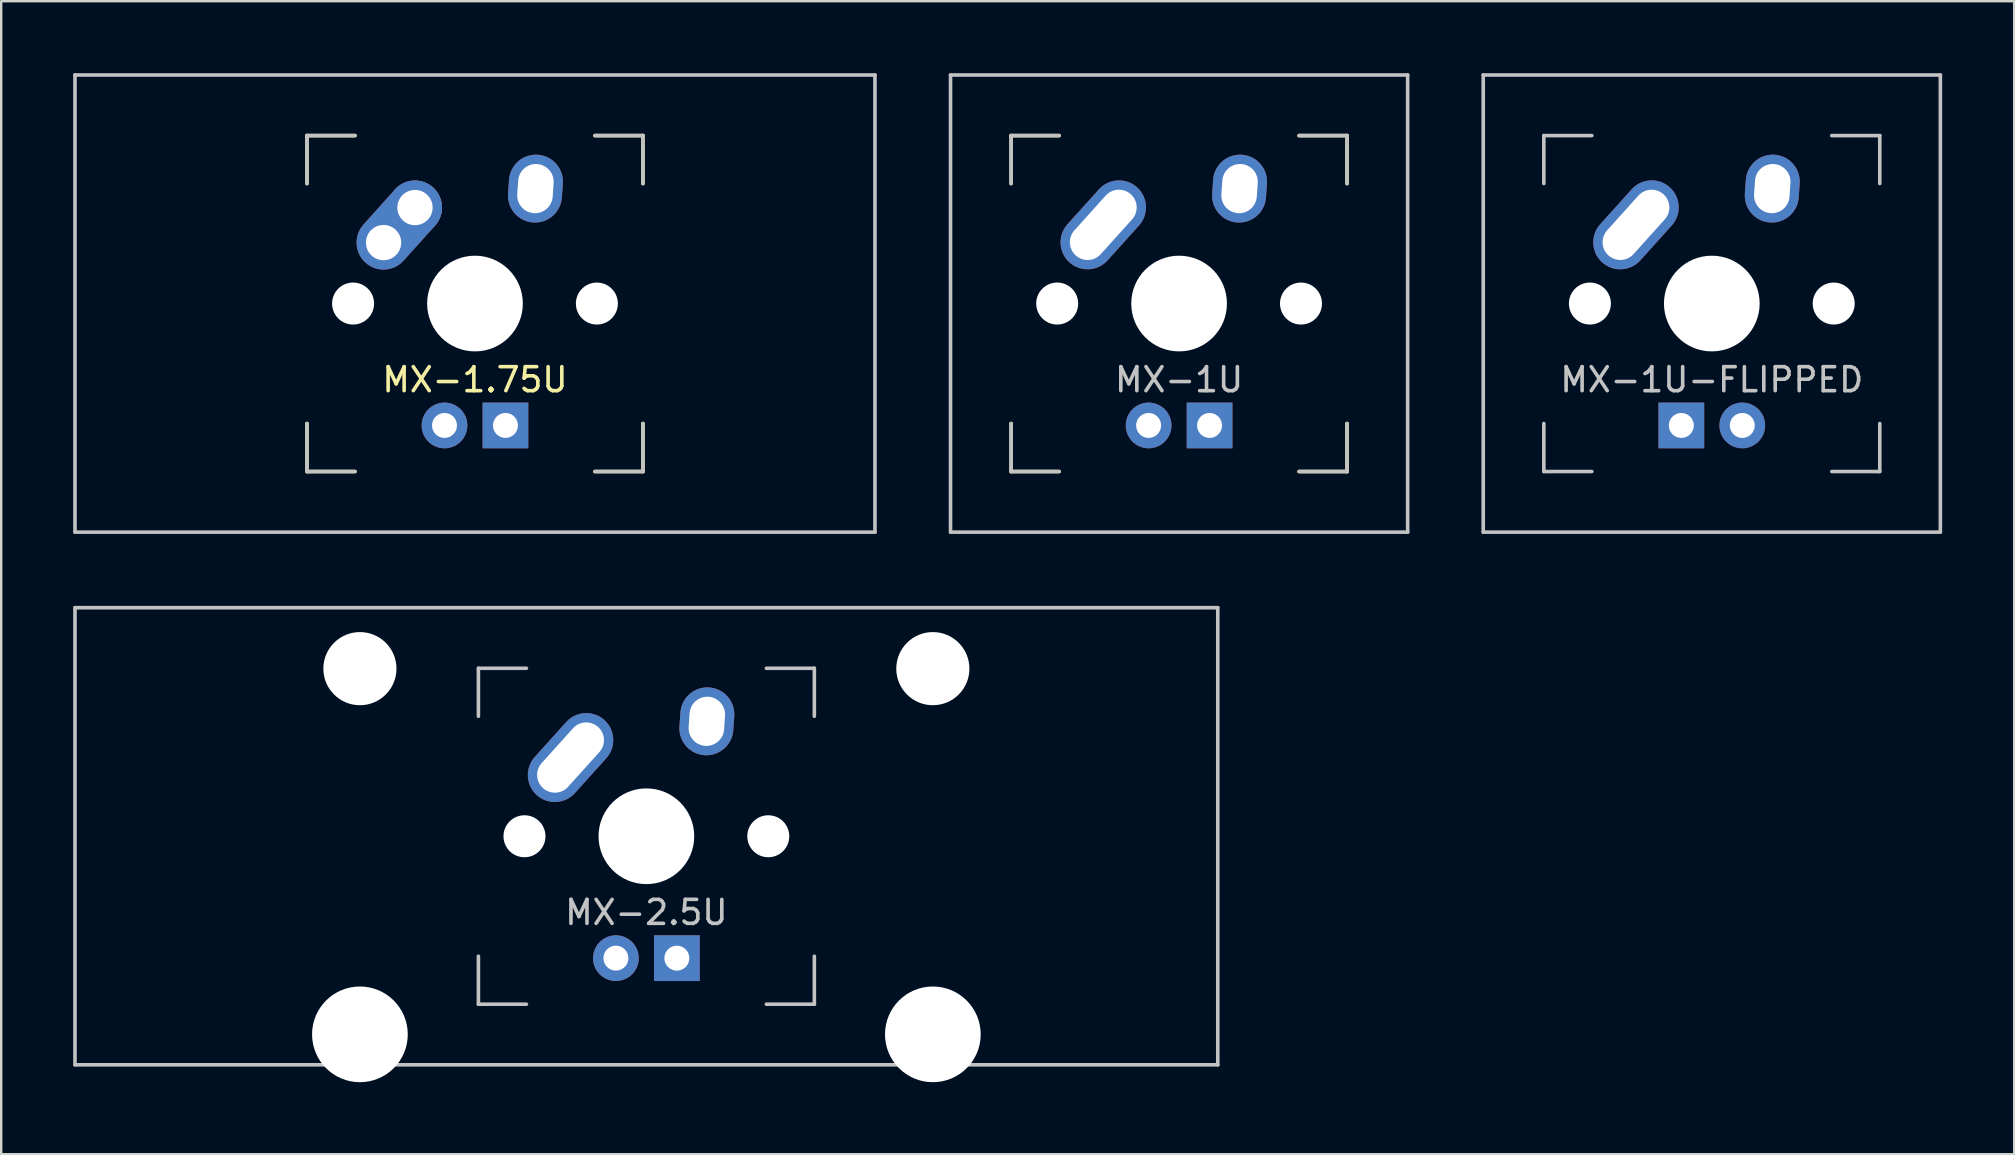
<source format=kicad_pcb>
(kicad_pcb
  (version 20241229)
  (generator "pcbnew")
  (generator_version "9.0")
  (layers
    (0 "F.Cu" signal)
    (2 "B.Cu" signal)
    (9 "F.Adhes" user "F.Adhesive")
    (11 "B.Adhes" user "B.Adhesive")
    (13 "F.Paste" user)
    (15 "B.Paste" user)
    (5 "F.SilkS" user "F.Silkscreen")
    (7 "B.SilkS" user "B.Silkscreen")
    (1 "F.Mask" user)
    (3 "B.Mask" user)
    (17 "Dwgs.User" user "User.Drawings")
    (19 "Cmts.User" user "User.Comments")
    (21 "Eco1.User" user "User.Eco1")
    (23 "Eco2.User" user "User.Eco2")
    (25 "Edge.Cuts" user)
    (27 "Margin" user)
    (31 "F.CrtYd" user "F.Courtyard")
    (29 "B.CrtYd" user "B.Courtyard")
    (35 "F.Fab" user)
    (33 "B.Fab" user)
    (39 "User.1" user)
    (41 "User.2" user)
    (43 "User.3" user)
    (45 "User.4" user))
  (footprint "MX-2.5U"
    (layer "F.Cu")
    (at 23.887 31.8)
    (property "Reference" "MX-2.5U" (at 0 3.175 0) (layer "Dwgs.User") (effects (font (size 1 1) (thickness 0.15))))
    (attr through_hole)
    (fp_line (start -23.812 -9.525) (end 23.812 -9.525) (stroke (width 0.15) (type solid)) (layer "Dwgs.User"))
    (fp_line (start -23.812 9.525) (end -23.812 -9.525) (stroke (width 0.15) (type solid)) (layer "Dwgs.User"))
    (fp_line (start -23.812 9.525) (end 23.812 9.525) (stroke (width 0.15) (type solid)) (layer "Dwgs.User"))
    (fp_line (start -7 -7) (end -7 -5) (stroke (width 0.15) (type solid)) (layer "Dwgs.User"))
    (fp_line (start -7 5) (end -7 7) (stroke (width 0.15) (type solid)) (layer "Dwgs.User"))
    (fp_line (start -7 7) (end -5 7) (stroke (width 0.15) (type solid)) (layer "Dwgs.User"))
    (fp_line (start -5 -7) (end -7 -7) (stroke (width 0.15) (type solid)) (layer "Dwgs.User"))
    (fp_line (start 5 -7) (end 7 -7) (stroke (width 0.15) (type solid)) (layer "Dwgs.User"))
    (fp_line (start 5 7) (end 7 7) (stroke (width 0.15) (type solid)) (layer "Dwgs.User"))
    (fp_line (start 7 -7) (end 7 -5) (stroke (width 0.15) (type solid)) (layer "Dwgs.User"))
    (fp_line (start 7 7) (end 7 5) (stroke (width 0.15) (type solid)) (layer "Dwgs.User"))
    (fp_line (start 23.812 -9.525) (end 23.812 9.525) (stroke (width 0.15) (type solid)) (layer "Dwgs.User"))
    (pad "" np_thru_hole circle (at -11.938 -6.985) (size 3.048 3.048) (drill 3.048) (layers "*.Cu" "*.Mask"))
    (pad "" np_thru_hole circle (at -11.938 8.255) (size 3.988 3.988) (drill 3.988) (layers "*.Cu" "*.Mask"))
    (pad "" np_thru_hole circle (at -5.08 0 48.1) (size 1.75 1.75) (drill 1.75) (layers "*.Cu" "*.Mask"))
    (pad "" np_thru_hole circle (at 0 0) (size 3.988 3.988) (drill 3.988) (layers "*.Cu" "*.Mask"))
    (pad "" np_thru_hole circle (at 5.08 0 48.1) (size 1.75 1.75) (drill 1.75) (layers "*.Cu" "*.Mask"))
    (pad "" np_thru_hole circle (at 11.938 -6.985) (size 3.048 3.048) (drill 3.048) (layers "*.Cu" "*.Mask"))
    (pad "" np_thru_hole circle (at 11.938 8.255) (size 3.988 3.988) (drill 3.988) (layers "*.Cu" "*.Mask"))
    (pad "1" thru_hole oval (at -3.16 -3.28 48) (size 4.21 2.25) (drill oval 3.43 1.48) (layers "*.Cu" "B.Mask"))
    (pad "2" thru_hole oval (at 2.52 -4.79 86) (size 2.831 2.25) (drill oval 2.051 1.48) (layers "*.Cu" "B.Mask"))
    (pad "3" thru_hole circle (at -1.27 5.08) (size 1.905 1.905) (drill 1.04) (layers "*.Cu" "B.Mask"))
    (pad "4" thru_hole rect (at 1.27 5.08) (size 1.905 1.905) (drill 1.04) (layers "*.Cu" "B.Mask")))
  (footprint "MX-1U"
    (layer "F.Cu")
    (at 46.087 9.6)
    (property "Reference" "MX-1U" (at 0 3.175 0) (layer "Dwgs.User") (effects (font (size 1 1) (thickness 0.15))))
    (attr through_hole)
    (fp_line (start -7 -7) (end -7 -5) (stroke (width 0.15) (type solid)) (layer "F.SilkS"))
    (fp_line (start -7 5) (end -7 7) (stroke (width 0.15) (type solid)) (layer "F.SilkS"))
    (fp_line (start -7 7) (end -5 7) (stroke (width 0.15) (type solid)) (layer "F.SilkS"))
    (fp_line (start -5 -7) (end -7 -7) (stroke (width 0.15) (type solid)) (layer "F.SilkS"))
    (fp_line (start 5 -7) (end 7 -7) (stroke (width 0.15) (type solid)) (layer "F.SilkS"))
    (fp_line (start 5 7) (end 7 7) (stroke (width 0.15) (type solid)) (layer "F.SilkS"))
    (fp_line (start 7 -7) (end 7 -5) (stroke (width 0.15) (type solid)) (layer "F.SilkS"))
    (fp_line (start 7 7) (end 7 5) (stroke (width 0.15) (type solid)) (layer "F.SilkS"))
    (fp_line (start -9.525 -9.525) (end 9.525 -9.525) (stroke (width 0.15) (type solid)) (layer "Dwgs.User"))
    (fp_line (start -9.525 9.525) (end -9.525 -9.525) (stroke (width 0.15) (type solid)) (layer "Dwgs.User"))
    (fp_line (start -7 -7) (end -7 -5) (stroke (width 0.15) (type solid)) (layer "Dwgs.User"))
    (fp_line (start -7 5) (end -7 7) (stroke (width 0.15) (type solid)) (layer "Dwgs.User"))
    (fp_line (start -7 7) (end -5 7) (stroke (width 0.15) (type solid)) (layer "Dwgs.User"))
    (fp_line (start -5 -7) (end -7 -7) (stroke (width 0.15) (type solid)) (layer "Dwgs.User"))
    (fp_line (start 5 -7) (end 7 -7) (stroke (width 0.15) (type solid)) (layer "Dwgs.User"))
    (fp_line (start 5 7) (end 7 7) (stroke (width 0.15) (type solid)) (layer "Dwgs.User"))
    (fp_line (start 7 -7) (end 7 -5) (stroke (width 0.15) (type solid)) (layer "Dwgs.User"))
    (fp_line (start 7 7) (end 7 5) (stroke (width 0.15) (type solid)) (layer "Dwgs.User"))
    (fp_line (start 9.525 -9.525) (end 9.525 9.525) (stroke (width 0.15) (type solid)) (layer "Dwgs.User"))
    (fp_line (start 9.525 9.525) (end -9.525 9.525) (stroke (width 0.15) (type solid)) (layer "Dwgs.User"))
    (pad "" np_thru_hole circle (at -5.08 0 48.1) (size 1.75 1.75) (drill 1.75) (layers "*.Cu" "*.Mask"))
    (pad "" np_thru_hole circle (at 0 0) (size 3.988 3.988) (drill 3.988) (layers "*.Cu" "*.Mask"))
    (pad "" np_thru_hole circle (at 5.08 0 48.1) (size 1.75 1.75) (drill 1.75) (layers "*.Cu" "*.Mask"))
    (pad "1" thru_hole oval (at -3.16 -3.28 48) (size 4.21 2.25) (drill oval 3.43 1.48) (layers "*.Cu" "B.Mask"))
    (pad "2" thru_hole oval (at 2.52 -4.79 86) (size 2.831 2.25) (drill oval 2.051 1.48) (layers "*.Cu" "B.Mask"))
    (pad "3" thru_hole circle (at -1.27 5.08) (size 1.905 1.905) (drill 1.04) (layers "*.Cu" "B.Mask"))
    (pad "4" thru_hole rect (at 1.27 5.08) (size 1.905 1.905) (drill 1.04) (layers "*.Cu" "B.Mask")))
  (footprint "MX-1.75U"
    (layer "F.Cu")
    (at 16.744 9.6)
    (property "Reference" "MX-1.75U" (at 0 3.175 0) (layer "F.SilkS") (effects (font (size 1 1) (thickness 0.15))))
    (attr through_hole)
    (fp_line (start -7 -7) (end -7 -5) (stroke (width 0.15) (type solid)) (layer "F.SilkS"))
    (fp_line (start -7 5) (end -7 7) (stroke (width 0.15) (type solid)) (layer "F.SilkS"))
    (fp_line (start -7 7) (end -5 7) (stroke (width 0.15) (type solid)) (layer "F.SilkS"))
    (fp_line (start -5 -7) (end -7 -7) (stroke (width 0.15) (type solid)) (layer "F.SilkS"))
    (fp_line (start 5 -7) (end 7 -7) (stroke (width 0.15) (type solid)) (layer "F.SilkS"))
    (fp_line (start 5 7) (end 7 7) (stroke (width 0.15) (type solid)) (layer "F.SilkS"))
    (fp_line (start 7 -7) (end 7 -5) (stroke (width 0.15) (type solid)) (layer "F.SilkS"))
    (fp_line (start 7 7) (end 7 5) (stroke (width 0.15) (type solid)) (layer "F.SilkS"))
    (fp_line (start -16.669 -9.525) (end 16.669 -9.525) (stroke (width 0.15) (type solid)) (layer "Dwgs.User"))
    (fp_line (start -16.669 9.525) (end -16.669 -9.525) (stroke (width 0.15) (type solid)) (layer "Dwgs.User"))
    (fp_line (start -7 -7) (end -7 -5) (stroke (width 0.15) (type solid)) (layer "Dwgs.User"))
    (fp_line (start -7 5) (end -7 7) (stroke (width 0.15) (type solid)) (layer "Dwgs.User"))
    (fp_line (start -7 7) (end -5 7) (stroke (width 0.15) (type solid)) (layer "Dwgs.User"))
    (fp_line (start -5 -7) (end -7 -7) (stroke (width 0.15) (type solid)) (layer "Dwgs.User"))
    (fp_line (start 5 -7) (end 7 -7) (stroke (width 0.15) (type solid)) (layer "Dwgs.User"))
    (fp_line (start 5 7) (end 7 7) (stroke (width 0.15) (type solid)) (layer "Dwgs.User"))
    (fp_line (start 7 -7) (end 7 -5) (stroke (width 0.15) (type solid)) (layer "Dwgs.User"))
    (fp_line (start 7 7) (end 7 5) (stroke (width 0.15) (type solid)) (layer "Dwgs.User"))
    (fp_line (start 16.669 -9.525) (end 16.669 9.525) (stroke (width 0.15) (type solid)) (layer "Dwgs.User"))
    (fp_line (start 16.669 9.525) (end -16.669 9.525) (stroke (width 0.15) (type solid)) (layer "Dwgs.User"))
    (pad "" np_thru_hole circle (at -5.08 0 48.1) (size 1.75 1.75) (drill 1.75) (layers "*.Cu" "*.Mask"))
    (pad "" np_thru_hole circle (at 0 0) (size 3.988 3.988) (drill 3.988) (layers "*.Cu" "*.Mask"))
    (pad "" np_thru_hole circle (at 5.08 0 48.1) (size 1.75 1.75) (drill 1.75) (layers "*.Cu" "*.Mask"))
    (pad "1" thru_hole oval (at -3.81 -2.54 48.1) (size 4.212 2.25) (drill 1.47 (offset 0.981 0)) (layers "*.Cu" "*.Mask"))
    (pad "1" thru_hole circle (at -2.5 -4) (size 2.25 2.25) (drill 1.47) (layers "*.Cu" "*.Mask"))
    (pad "2" thru_hole oval (at 2.52 -4.79 86) (size 2.831 2.25) (drill oval 2.051 1.48) (layers "*.Cu" "*.Mask"))
    (pad "3" thru_hole circle (at -1.27 5.08) (size 1.905 1.905) (drill 1.04) (layers "*.Cu" "*.Mask"))
    (pad "4" thru_hole rect (at 1.27 5.08) (size 1.905 1.905) (drill 1.04) (layers "*.Cu" "*.Mask")))
  (footprint "MX-1U-FLIPPED"
    (layer "F.Cu")
    (at 68.287 9.6)
    (property "Reference" "MX-1U-FLIPPED" (at 0 3.175 0) (layer "Dwgs.User") (effects (font (size 1 1) (thickness 0.15))))
    (attr through_hole)
    (fp_line (start -9.525 -9.525) (end 9.525 -9.525) (stroke (width 0.15) (type solid)) (layer "Dwgs.User"))
    (fp_line (start -9.525 9.525) (end -9.525 -9.525) (stroke (width 0.15) (type solid)) (layer "Dwgs.User"))
    (fp_line (start -7 -7) (end -7 -5) (stroke (width 0.15) (type solid)) (layer "Dwgs.User"))
    (fp_line (start -7 5) (end -7 7) (stroke (width 0.15) (type solid)) (layer "Dwgs.User"))
    (fp_line (start -7 7) (end -5 7) (stroke (width 0.15) (type solid)) (layer "Dwgs.User"))
    (fp_line (start -5 -7) (end -7 -7) (stroke (width 0.15) (type solid)) (layer "Dwgs.User"))
    (fp_line (start 5 -7) (end 7 -7) (stroke (width 0.15) (type solid)) (layer "Dwgs.User"))
    (fp_line (start 5 7) (end 7 7) (stroke (width 0.15) (type solid)) (layer "Dwgs.User"))
    (fp_line (start 7 -7) (end 7 -5) (stroke (width 0.15) (type solid)) (layer "Dwgs.User"))
    (fp_line (start 7 7) (end 7 5) (stroke (width 0.15) (type solid)) (layer "Dwgs.User"))
    (fp_line (start 9.525 -9.525) (end 9.525 9.525) (stroke (width 0.15) (type solid)) (layer "Dwgs.User"))
    (fp_line (start 9.525 9.525) (end -9.525 9.525) (stroke (width 0.15) (type solid)) (layer "Dwgs.User"))
    (pad "" np_thru_hole circle (at -5.08 0 48.1) (size 1.75 1.75) (drill 1.75) (layers "*.Cu" "*.Mask"))
    (pad "" np_thru_hole circle (at 0 0) (size 3.988 3.988) (drill 3.988) (layers "*.Cu" "*.Mask"))
    (pad "" np_thru_hole circle (at 5.08 0 48.1) (size 1.75 1.75) (drill 1.75) (layers "*.Cu" "*.Mask"))
    (pad "1" thru_hole oval (at -3.16 -3.28 48) (size 4.21 2.25) (drill oval 3.43 1.48) (layers "*.Cu" "B.Mask"))
    (pad "2" thru_hole oval (at 2.52 -4.79 86) (size 2.831 2.25) (drill oval 2.051 1.48) (layers "*.Cu" "B.Mask"))
    (pad "3" thru_hole circle (at 1.27 5.08) (size 1.905 1.905) (drill 1.04) (layers "*.Cu" "B.Mask"))
    (pad "4" thru_hole rect (at -1.27 5.08) (size 1.905 1.905) (drill 1.04) (layers "*.Cu" "B.Mask")))
  (gr_rect
    (start -3 -3)
    (end 80.888 45.049)
    (stroke (width 0.1) (type default))
    (fill no)
    (layer "Edge.Cuts")))
</source>
